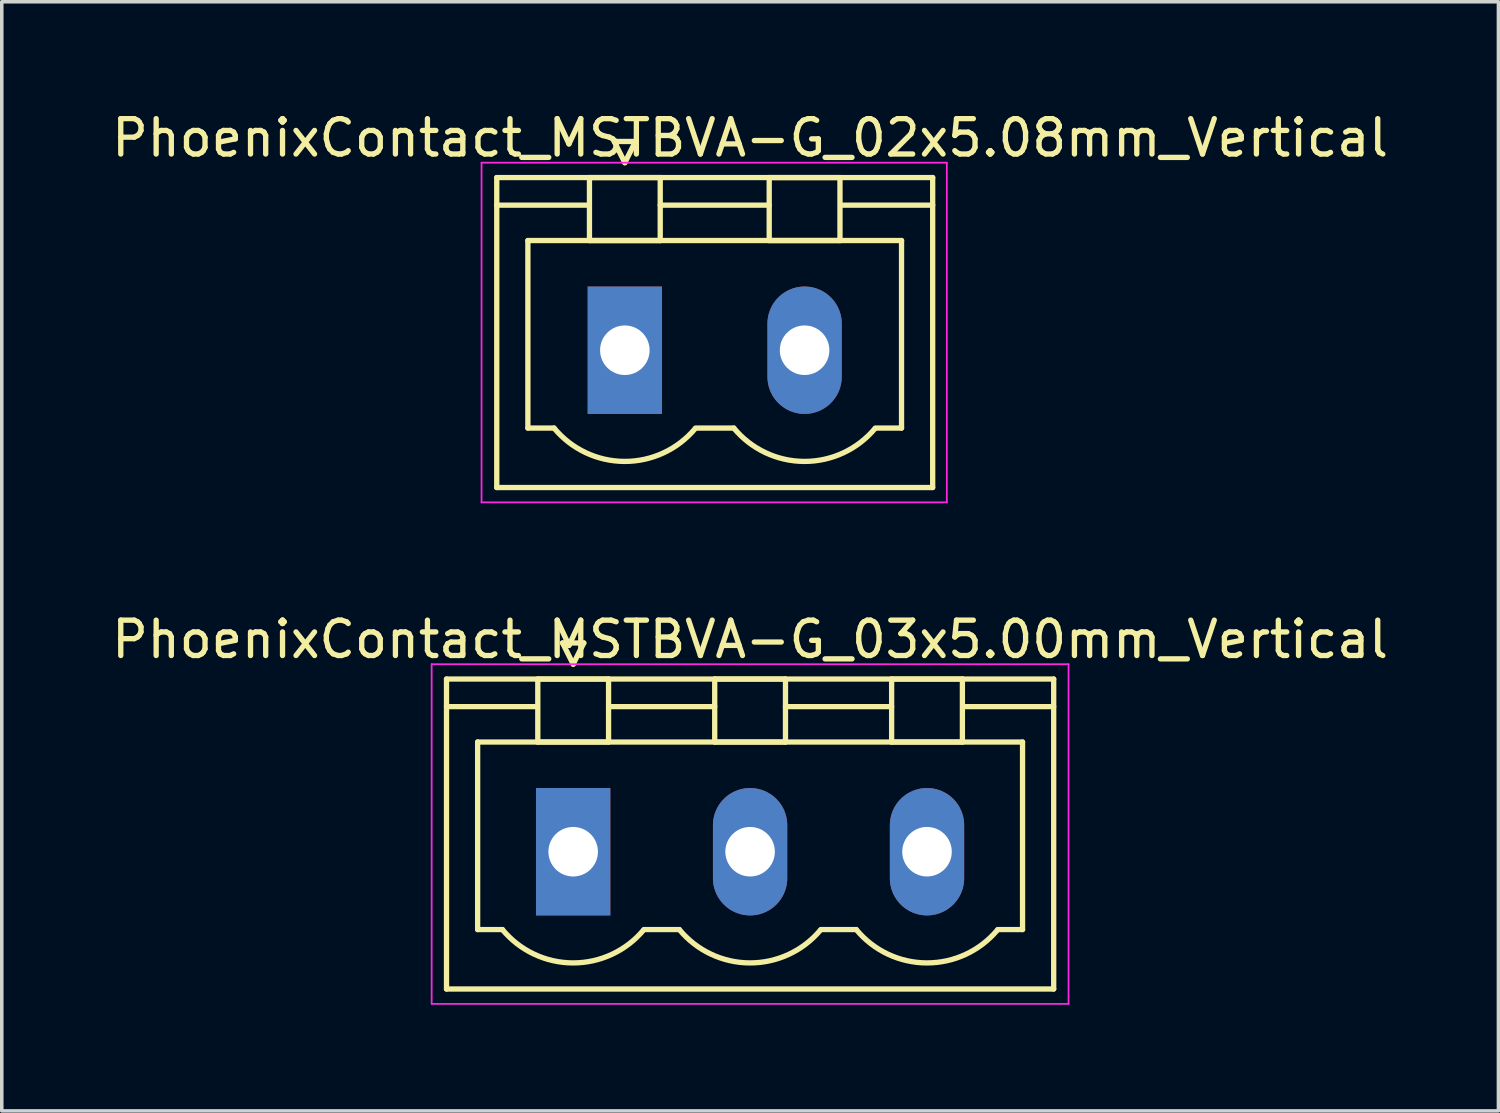
<source format=kicad_pcb>
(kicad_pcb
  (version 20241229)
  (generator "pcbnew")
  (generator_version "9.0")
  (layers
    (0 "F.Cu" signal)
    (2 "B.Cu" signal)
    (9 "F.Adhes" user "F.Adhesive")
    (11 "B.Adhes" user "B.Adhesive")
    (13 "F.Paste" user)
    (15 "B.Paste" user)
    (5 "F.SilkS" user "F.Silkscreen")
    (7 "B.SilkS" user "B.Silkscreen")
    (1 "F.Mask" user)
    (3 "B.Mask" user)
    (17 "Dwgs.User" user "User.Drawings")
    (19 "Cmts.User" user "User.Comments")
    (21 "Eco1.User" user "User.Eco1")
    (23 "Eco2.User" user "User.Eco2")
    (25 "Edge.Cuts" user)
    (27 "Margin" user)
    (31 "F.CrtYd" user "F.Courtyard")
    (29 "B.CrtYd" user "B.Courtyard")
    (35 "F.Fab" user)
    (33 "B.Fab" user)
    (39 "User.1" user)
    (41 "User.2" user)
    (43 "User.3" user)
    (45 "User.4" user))
  (footprint "PhoenixContact_MSTBVA-G_03x5.00mm_Vertical"
    (layer "F.Cu")
    (at 13.149 21.021)
    (property "Reference" "PhoenixContact_MSTBVA-G_03x5.00mm_Vertical" (at 5 -6 0) (layer "F.SilkS") (effects (font (size 1 1) (thickness 0.15))))
    (attr through_hole)
    (fp_line (start -3.58 -4.88) (end -3.58 3.88) (stroke (width 0.15) (type solid)) (layer "F.SilkS"))
    (fp_line (start -3.58 -4.1) (end -1.08 -4.1) (stroke (width 0.15) (type solid)) (layer "F.SilkS"))
    (fp_line (start -3.58 3.88) (end 13.58 3.88) (stroke (width 0.15) (type solid)) (layer "F.SilkS"))
    (fp_line (start -2.7 -3.1) (end 12.7 -3.1) (stroke (width 0.15) (type solid)) (layer "F.SilkS"))
    (fp_line (start -2.7 2.2) (end -2.7 -3.1) (stroke (width 0.15) (type solid)) (layer "F.SilkS"))
    (fp_line (start -2 2.2) (end -2.7 2.2) (stroke (width 0.15) (type solid)) (layer "F.SilkS"))
    (fp_line (start -1 -4.88) (end 1 -4.88) (stroke (width 0.15) (type solid)) (layer "F.SilkS"))
    (fp_line (start -1 -3.1) (end -1 -4.88) (stroke (width 0.15) (type solid)) (layer "F.SilkS"))
    (fp_line (start -0.3 -5.9) (end 0 -5.3) (stroke (width 0.15) (type solid)) (layer "F.SilkS"))
    (fp_line (start 0 -5.3) (end 0.3 -5.9) (stroke (width 0.15) (type solid)) (layer "F.SilkS"))
    (fp_line (start 0.3 -5.9) (end -0.3 -5.9) (stroke (width 0.15) (type solid)) (layer "F.SilkS"))
    (fp_line (start 1 -4.88) (end 1 -3.1) (stroke (width 0.15) (type solid)) (layer "F.SilkS"))
    (fp_line (start 1 -4.1) (end 4 -4.1) (stroke (width 0.15) (type solid)) (layer "F.SilkS"))
    (fp_line (start 1 -3.1) (end -1 -3.1) (stroke (width 0.15) (type solid)) (layer "F.SilkS"))
    (fp_line (start 2 2.2) (end 3 2.2) (stroke (width 0.15) (type solid)) (layer "F.SilkS"))
    (fp_line (start 4 -4.88) (end 6 -4.88) (stroke (width 0.15) (type solid)) (layer "F.SilkS"))
    (fp_line (start 4 -3.1) (end 4 -4.88) (stroke (width 0.15) (type solid)) (layer "F.SilkS"))
    (fp_line (start 6 -4.88) (end 6 -3.1) (stroke (width 0.15) (type solid)) (layer "F.SilkS"))
    (fp_line (start 6 -4.1) (end 9 -4.1) (stroke (width 0.15) (type solid)) (layer "F.SilkS"))
    (fp_line (start 6 -3.1) (end 4 -3.1) (stroke (width 0.15) (type solid)) (layer "F.SilkS"))
    (fp_line (start 7 2.2) (end 8 2.2) (stroke (width 0.15) (type solid)) (layer "F.SilkS"))
    (fp_line (start 9 -4.88) (end 11 -4.88) (stroke (width 0.15) (type solid)) (layer "F.SilkS"))
    (fp_line (start 9 -3.1) (end 9 -4.88) (stroke (width 0.15) (type solid)) (layer "F.SilkS"))
    (fp_line (start 11 -4.88) (end 11 -3.1) (stroke (width 0.15) (type solid)) (layer "F.SilkS"))
    (fp_line (start 11 -3.1) (end 9 -3.1) (stroke (width 0.15) (type solid)) (layer "F.SilkS"))
    (fp_line (start 12.7 -3.1) (end 12.7 2.2) (stroke (width 0.15) (type solid)) (layer "F.SilkS"))
    (fp_line (start 12.7 2.2) (end 12 2.2) (stroke (width 0.15) (type solid)) (layer "F.SilkS"))
    (fp_line (start 13.58 -4.88) (end -3.58 -4.88) (stroke (width 0.15) (type solid)) (layer "F.SilkS"))
    (fp_line (start 13.58 -4.1) (end 11.08 -4.1) (stroke (width 0.15) (type solid)) (layer "F.SilkS"))
    (fp_line (start 13.58 3.88) (end 13.58 -4.88) (stroke (width 0.15) (type solid)) (layer "F.SilkS"))
    (fp_arc (start 1.986842 2.215821) (mid -0.010289 3.142758) (end -2 2.2) (stroke (width 0.15) (type solid)) (layer "F.SilkS"))
    (fp_arc (start 6.986842 2.215821) (mid 4.989711 3.142758) (end 3 2.2) (stroke (width 0.15) (type solid)) (layer "F.SilkS"))
    (fp_arc (start 11.986842 2.215821) (mid 9.989711 3.142758) (end 8 2.2) (stroke (width 0.15) (type solid)) (layer "F.SilkS"))
    (fp_line (start -4 -5.3) (end -4 4.3) (stroke (width 0.05) (type solid)) (layer "F.CrtYd"))
    (fp_line (start -4 4.3) (end 14 4.3) (stroke (width 0.05) (type solid)) (layer "F.CrtYd"))
    (fp_line (start 14 -5.3) (end -4 -5.3) (stroke (width 0.05) (type solid)) (layer "F.CrtYd"))
    (fp_line (start 14 4.3) (end 14 -5.3) (stroke (width 0.05) (type solid)) (layer "F.CrtYd"))
    (pad "1" thru_hole rect (at 0 0) (size 2.1 3.6) (drill 1.4) (layers "*.Cu" "*.Mask"))
    (pad "2" thru_hole oval (at 5 0) (size 2.1 3.6) (drill 1.4) (layers "*.Cu" "*.Mask"))
    (pad "3" thru_hole oval (at 10 0) (size 2.1 3.6) (drill 1.4) (layers "*.Cu" "*.Mask")))
  (footprint "PhoenixContact_MSTBVA-G_02x5.08mm_Vertical"
    (layer "F.Cu")
    (at 14.609 6.848)
    (property "Reference" "PhoenixContact_MSTBVA-G_02x5.08mm_Vertical" (at 3.54 -6 0) (layer "F.SilkS") (effects (font (size 1 1) (thickness 0.15))))
    (attr through_hole)
    (fp_line (start -3.62 -4.88) (end -3.62 3.88) (stroke (width 0.15) (type solid)) (layer "F.SilkS"))
    (fp_line (start -3.62 -4.1) (end -1.08 -4.1) (stroke (width 0.15) (type solid)) (layer "F.SilkS"))
    (fp_line (start -3.62 3.88) (end 8.7 3.88) (stroke (width 0.15) (type solid)) (layer "F.SilkS"))
    (fp_line (start -2.74 -3.1) (end 7.82 -3.1) (stroke (width 0.15) (type solid)) (layer "F.SilkS"))
    (fp_line (start -2.74 2.2) (end -2.74 -3.1) (stroke (width 0.15) (type solid)) (layer "F.SilkS"))
    (fp_line (start -2 2.2) (end -2.74 2.2) (stroke (width 0.15) (type solid)) (layer "F.SilkS"))
    (fp_line (start -1 -4.88) (end 1 -4.88) (stroke (width 0.15) (type solid)) (layer "F.SilkS"))
    (fp_line (start -1 -3.1) (end -1 -4.88) (stroke (width 0.15) (type solid)) (layer "F.SilkS"))
    (fp_line (start -0.3 -5.9) (end 0 -5.3) (stroke (width 0.15) (type solid)) (layer "F.SilkS"))
    (fp_line (start 0 -5.3) (end 0.3 -5.9) (stroke (width 0.15) (type solid)) (layer "F.SilkS"))
    (fp_line (start 0.3 -5.9) (end -0.3 -5.9) (stroke (width 0.15) (type solid)) (layer "F.SilkS"))
    (fp_line (start 1 -4.88) (end 1 -3.1) (stroke (width 0.15) (type solid)) (layer "F.SilkS"))
    (fp_line (start 1 -4.1) (end 4.08 -4.1) (stroke (width 0.15) (type solid)) (layer "F.SilkS"))
    (fp_line (start 1 -3.1) (end -1 -3.1) (stroke (width 0.15) (type solid)) (layer "F.SilkS"))
    (fp_line (start 2 2.2) (end 3.08 2.2) (stroke (width 0.15) (type solid)) (layer "F.SilkS"))
    (fp_line (start 4.08 -4.88) (end 6.08 -4.88) (stroke (width 0.15) (type solid)) (layer "F.SilkS"))
    (fp_line (start 4.08 -3.1) (end 4.08 -4.88) (stroke (width 0.15) (type solid)) (layer "F.SilkS"))
    (fp_line (start 6.08 -4.88) (end 6.08 -3.1) (stroke (width 0.15) (type solid)) (layer "F.SilkS"))
    (fp_line (start 6.08 -3.1) (end 4.08 -3.1) (stroke (width 0.15) (type solid)) (layer "F.SilkS"))
    (fp_line (start 7.82 -3.1) (end 7.82 2.2) (stroke (width 0.15) (type solid)) (layer "F.SilkS"))
    (fp_line (start 7.82 2.2) (end 7.08 2.2) (stroke (width 0.15) (type solid)) (layer "F.SilkS"))
    (fp_line (start 8.7 -4.88) (end -3.62 -4.88) (stroke (width 0.15) (type solid)) (layer "F.SilkS"))
    (fp_line (start 8.7 -4.1) (end 6.16 -4.1) (stroke (width 0.15) (type solid)) (layer "F.SilkS"))
    (fp_line (start 8.7 3.88) (end 8.7 -4.88) (stroke (width 0.15) (type solid)) (layer "F.SilkS"))
    (fp_arc (start 1.986842 2.215821) (mid -0.010289 3.142758) (end -2 2.2) (stroke (width 0.15) (type solid)) (layer "F.SilkS"))
    (fp_arc (start 7.066842 2.215821) (mid 5.069711 3.142758) (end 3.08 2.2) (stroke (width 0.15) (type solid)) (layer "F.SilkS"))
    (fp_line (start -4.05 -5.3) (end -4.05 4.3) (stroke (width 0.05) (type solid)) (layer "F.CrtYd"))
    (fp_line (start -4.05 4.3) (end 9.1 4.3) (stroke (width 0.05) (type solid)) (layer "F.CrtYd"))
    (fp_line (start 9.1 -5.3) (end -4.05 -5.3) (stroke (width 0.05) (type solid)) (layer "F.CrtYd"))
    (fp_line (start 9.1 4.3) (end 9.1 -5.3) (stroke (width 0.05) (type solid)) (layer "F.CrtYd"))
    (pad "1" thru_hole rect (at 0 0) (size 2.1 3.6) (drill 1.4) (layers "*.Cu" "*.Mask"))
    (pad "2" thru_hole oval (at 5.08 0) (size 2.1 3.6) (drill 1.4) (layers "*.Cu" "*.Mask")))
  (gr_rect
    (start -3 -3)
    (end 39.298 28.346)
    (stroke (width 0.1) (type default))
    (fill no)
    (layer "Edge.Cuts")))
</source>
